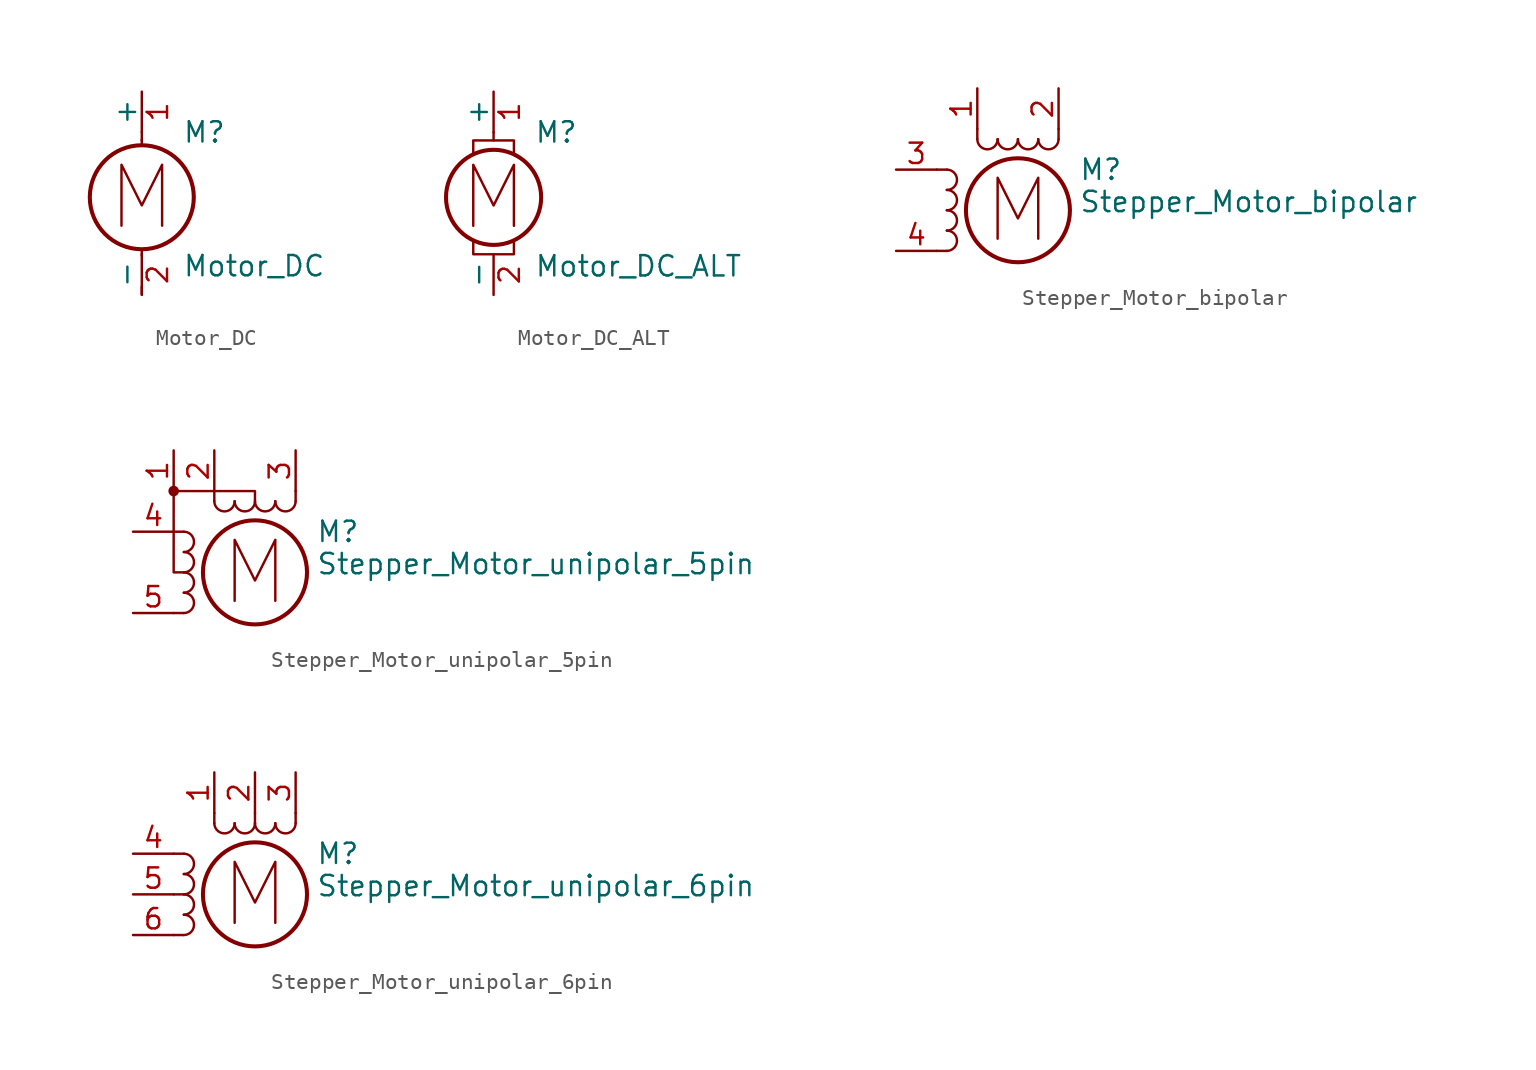
<source format=kicad_sym>
(kicad_symbol_lib
  (version 20200908)
  (generator kicad_symbol_editor)
  (symbol "Motor:Motor_DC"
    (pin_names
      (offset 0))
    (property "Reference" "M"
      (at 2.54 2.54 0)
      (effects (font (size 1.27 1.27)) (justify left)))
    (property "Value" "Motor_DC"
      (at 2.54 -5.08 0)
      (effects (font (size 1.27 1.27)) (justify left top)))
    (symbol "Motor_DC_0_1"
      (circle (center 0 -1.524) (radius 3.251) (stroke (width 0.254)) (fill (type none)))
      (polyline (pts (xy 0 -7.62) (xy 0 -7.112)) (stroke (width 0)) (fill (type none)))
      (polyline (pts (xy 0 -4.775) (xy 0 -5.182)) (stroke (width 0)) (fill (type none)))
      (polyline (pts (xy 0 1.727) (xy 0 2.083)) (stroke (width 0)) (fill (type none)))
      (polyline (pts (xy 0 2.032) (xy 0 2.54)) (stroke (width 0)) (fill (type none))))
    (symbol "Motor_DC_0_0"
      (polyline (pts (xy -1.27 -3.302) (xy -1.27 0.508) (xy 0 -2.032) (xy 1.27 0.508) (xy 1.27 -3.302)) (stroke (width 0)) (fill (type none))))
    (symbol "Motor_DC_1_1"
      (pin passive line (at 0 5.08 270) (length 2.54) (name "+" (effects (font (size 1.27 1.27)))) (number "1" (effects (font (size 1.27 1.27)))))
      (pin passive line (at 0 -7.62 90) (length 2.54) (name "-" (effects (font (size 1.27 1.27)))) (number "2" (effects (font (size 1.27 1.27)))))))
  (symbol "Motor:Motor_DC_ALT"
    (pin_names
      (offset 0))
    (property "Reference" "M"
      (at 2.54 2.54 0)
      (effects (font (size 1.27 1.27)) (justify left)))
    (property "Value" "Motor_DC_ALT"
      (at 2.54 -5.08 0)
      (effects (font (size 1.27 1.27)) (justify left top)))
    (symbol "Motor_DC_ALT_0_0"
      (circle (center 0 -1.524) (radius 2.972) (stroke (width 0.254)) (fill (type none)))
      (polyline (pts (xy -1.27 -4.318) (xy -1.27 -5.08) (xy 1.27 -5.08) (xy 1.27 -4.318)) (stroke (width 0)) (fill (type none)))
      (polyline (pts (xy -1.27 1.27) (xy -1.27 2.032) (xy 1.27 2.032) (xy 1.27 1.27)) (stroke (width 0)) (fill (type none)))
      (polyline (pts (xy -1.27 -3.302) (xy -1.27 0.508) (xy 0 -2.032) (xy 1.27 0.508) (xy 1.27 -3.302)) (stroke (width 0)) (fill (type none))))
    (symbol "Motor_DC_ALT_0_1"
      (polyline (pts (xy 0 2.032) (xy 0 2.54)) (stroke (width 0)) (fill (type none))))
    (symbol "Motor_DC_ALT_1_1"
      (pin passive line (at 0 5.08 270) (length 2.54) (name "+" (effects (font (size 1.27 1.27)))) (number "1" (effects (font (size 1.27 1.27)))))
      (pin passive line (at 0 -7.62 90) (length 2.54) (name "-" (effects (font (size 1.27 1.27)))) (number "2" (effects (font (size 1.27 1.27)))))))
  (symbol "Motor:Stepper_Motor_bipolar"
    (pin_names
      (offset 0) hide)
    (property "Reference" "M"
      (at 3.81 2.54 0)
      (effects (font (size 1.27 1.27)) (justify left)))
    (property "Value" "Stepper_Motor_bipolar"
      (at 3.81 1.27 0)
      (effects (font (size 1.27 1.27)) (justify left top)))
    (symbol "Stepper_Motor_bipolar_0_1"
      (arc (start -4.445 -2.54) (end -4.445 -1.27) (radius (at -4.445 -1.905) (length 0.635) (angles -89.9 89.9)) (stroke (width 0)) (fill (type none)))
      (arc (start -4.445 -1.27) (end -4.445 0) (radius (at -4.445 -0.635) (length 0.635) (angles -89.9 89.9)) (stroke (width 0)) (fill (type none)))
      (arc (start -4.445 0) (end -4.445 1.27) (radius (at -4.445 0.635) (length 0.635) (angles -89.9 89.9)) (stroke (width 0)) (fill (type none)))
      (arc (start -4.445 1.27) (end -4.445 2.54) (radius (at -4.445 1.905) (length 0.635) (angles -89.9 89.9)) (stroke (width 0)) (fill (type none)))
      (arc (start -2.54 4.445) (end -1.27 4.445) (radius (at -1.905 4.445) (length 0.635) (angles -179.9 -0.1)) (stroke (width 0)) (fill (type none)))
      (arc (start -1.27 4.445) (end 0 4.445) (radius (at -0.635 4.445) (length 0.635) (angles -179.9 -0.1)) (stroke (width 0)) (fill (type none)))
      (arc (start 0 4.445) (end 1.27 4.445) (radius (at 0.635 4.445) (length 0.635) (angles -179.9 -0.1)) (stroke (width 0)) (fill (type none)))
      (arc (start 1.27 4.445) (end 2.54 4.445) (radius (at 1.905 4.445) (length 0.635) (angles -179.9 -0.1)) (stroke (width 0)) (fill (type none)))
      (circle (center 0 0) (radius 3.251) (stroke (width 0.254)) (fill (type none)))
      (polyline (pts (xy -5.08 -2.54) (xy -4.445 -2.54)) (stroke (width 0)) (fill (type none)))
      (polyline (pts (xy -5.08 2.54) (xy -4.445 2.54)) (stroke (width 0)) (fill (type none)))
      (polyline (pts (xy -2.54 5.08) (xy -2.54 4.445)) (stroke (width 0)) (fill (type none)))
      (polyline (pts (xy 2.54 5.08) (xy 2.54 4.445)) (stroke (width 0)) (fill (type none))))
    (symbol "Stepper_Motor_bipolar_0_0"
      (polyline (pts (xy -1.27 -1.778) (xy -1.27 2.032) (xy 0 -0.508) (xy 1.27 2.032) (xy 1.27 -1.778)) (stroke (width 0)) (fill (type none))))
    (symbol "Stepper_Motor_bipolar_1_1"
      (pin passive line (at -2.54 7.62 270) (length 2.54) (name "~" (effects (font (size 1.27 1.27)))) (number "1" (effects (font (size 1.27 1.27)))))
      (pin passive line (at 2.54 7.62 270) (length 2.54) (name "-" (effects (font (size 1.27 1.27)))) (number "2" (effects (font (size 1.27 1.27)))))
      (pin passive line (at -7.62 2.54 0) (length 2.54) (name "~" (effects (font (size 1.27 1.27)))) (number "3" (effects (font (size 1.27 1.27)))))
      (pin passive line (at -7.62 -2.54 0) (length 2.54) (name "~" (effects (font (size 1.27 1.27)))) (number "4" (effects (font (size 1.27 1.27)))))))
  (symbol "Motor:Stepper_Motor_unipolar_5pin"
    (pin_names
      (offset 0) hide)
    (property "Reference" "M"
      (at 3.81 2.54 0)
      (effects (font (size 1.27 1.27)) (justify left)))
    (property "Value" "Stepper_Motor_unipolar_5pin"
      (at 3.81 1.27 0)
      (effects (font (size 1.27 1.27)) (justify left top)))
    (symbol "Stepper_Motor_unipolar_5pin_0_1"
      (arc (start -4.445 -2.54) (end -4.445 -1.27) (radius (at -4.445 -1.905) (length 0.635) (angles -89.9 89.9)) (stroke (width 0)) (fill (type none)))
      (arc (start -4.445 -1.27) (end -4.445 0) (radius (at -4.445 -0.635) (length 0.635) (angles -89.9 89.9)) (stroke (width 0)) (fill (type none)))
      (arc (start -4.445 0) (end -4.445 1.27) (radius (at -4.445 0.635) (length 0.635) (angles -89.9 89.9)) (stroke (width 0)) (fill (type none)))
      (arc (start -4.445 1.27) (end -4.445 2.54) (radius (at -4.445 1.905) (length 0.635) (angles -89.9 89.9)) (stroke (width 0)) (fill (type none)))
      (arc (start -2.54 4.445) (end -1.27 4.445) (radius (at -1.905 4.445) (length 0.635) (angles -179.9 -0.1)) (stroke (width 0)) (fill (type none)))
      (arc (start -1.27 4.445) (end 0 4.445) (radius (at -0.635 4.445) (length 0.635) (angles -179.9 -0.1)) (stroke (width 0)) (fill (type none)))
      (arc (start 0 4.445) (end 1.27 4.445) (radius (at 0.635 4.445) (length 0.635) (angles -179.9 -0.1)) (stroke (width 0)) (fill (type none)))
      (arc (start 1.27 4.445) (end 2.54 4.445) (radius (at 1.905 4.445) (length 0.635) (angles -179.9 -0.1)) (stroke (width 0)) (fill (type none)))
      (circle (center -5.08 5.08) (radius 0) (stroke (width 0)) (fill (type outline)))
      (circle (center -5.08 5.08) (radius 0.254) (stroke (width 0)) (fill (type outline)))
      (circle (center 0 0) (radius 3.251) (stroke (width 0.254)) (fill (type none)))
      (polyline (pts (xy -5.08 -2.54) (xy -4.445 -2.54)) (stroke (width 0)) (fill (type none)))
      (polyline (pts (xy -5.08 2.54) (xy -4.445 2.54)) (stroke (width 0)) (fill (type none)))
      (polyline (pts (xy -2.54 4.445) (xy -2.54 5.08)) (stroke (width 0)) (fill (type none)))
      (polyline (pts (xy 2.54 4.445) (xy 2.54 5.08)) (stroke (width 0)) (fill (type none)))
      (polyline (pts (xy -5.08 5.08) (xy -5.08 0) (xy -4.445 0)) (stroke (width 0)) (fill (type none)))
      (polyline (pts (xy 0 4.445) (xy 0 5.08) (xy -5.08 5.08)) (stroke (width 0)) (fill (type none))))
    (symbol "Stepper_Motor_unipolar_5pin_0_0"
      (polyline (pts (xy -1.27 -1.778) (xy -1.27 2.032) (xy 0 -0.508) (xy 1.27 2.032) (xy 1.27 -1.778)) (stroke (width 0)) (fill (type none))))
    (symbol "Stepper_Motor_unipolar_5pin_1_1"
      (pin passive line (at -5.08 7.62 270) (length 2.54) (name "~" (effects (font (size 1.27 1.27)))) (number "1" (effects (font (size 1.27 1.27)))))
      (pin passive line (at -2.54 7.62 270) (length 2.54) (name "~" (effects (font (size 1.27 1.27)))) (number "2" (effects (font (size 1.27 1.27)))))
      (pin passive line (at 2.54 7.62 270) (length 2.54) (name "-" (effects (font (size 1.27 1.27)))) (number "3" (effects (font (size 1.27 1.27)))))
      (pin passive line (at -7.62 2.54 0) (length 2.54) (name "~" (effects (font (size 1.27 1.27)))) (number "4" (effects (font (size 1.27 1.27)))))
      (pin passive line (at -7.62 -2.54 0) (length 2.54) (name "~" (effects (font (size 1.27 1.27)))) (number "5" (effects (font (size 1.27 1.27)))))))
  (symbol "Motor:Stepper_Motor_unipolar_6pin"
    (pin_names
      (offset 0) hide)
    (property "Reference" "M"
      (at 3.81 2.54 0)
      (effects (font (size 1.27 1.27)) (justify left)))
    (property "Value" "Stepper_Motor_unipolar_6pin"
      (at 3.81 1.27 0)
      (effects (font (size 1.27 1.27)) (justify left top)))
    (symbol "Stepper_Motor_unipolar_6pin_0_1"
      (arc (start -4.445 -2.54) (end -4.445 -1.27) (radius (at -4.445 -1.905) (length 0.635) (angles -89.9 89.9)) (stroke (width 0)) (fill (type none)))
      (arc (start -4.445 -1.27) (end -4.445 0) (radius (at -4.445 -0.635) (length 0.635) (angles -89.9 89.9)) (stroke (width 0)) (fill (type none)))
      (arc (start -4.445 0) (end -4.445 1.27) (radius (at -4.445 0.635) (length 0.635) (angles -89.9 89.9)) (stroke (width 0)) (fill (type none)))
      (arc (start -4.445 1.27) (end -4.445 2.54) (radius (at -4.445 1.905) (length 0.635) (angles -89.9 89.9)) (stroke (width 0)) (fill (type none)))
      (arc (start -2.54 4.445) (end -1.27 4.445) (radius (at -1.905 4.445) (length 0.635) (angles -179.9 -0.1)) (stroke (width 0)) (fill (type none)))
      (arc (start -1.27 4.445) (end 0 4.445) (radius (at -0.635 4.445) (length 0.635) (angles -179.9 -0.1)) (stroke (width 0)) (fill (type none)))
      (arc (start 0 4.445) (end 1.27 4.445) (radius (at 0.635 4.445) (length 0.635) (angles -179.9 -0.1)) (stroke (width 0)) (fill (type none)))
      (arc (start 1.27 4.445) (end 2.54 4.445) (radius (at 1.905 4.445) (length 0.635) (angles -179.9 -0.1)) (stroke (width 0)) (fill (type none)))
      (circle (center 0 0) (radius 3.251) (stroke (width 0.254)) (fill (type none)))
      (polyline (pts (xy -5.08 -2.54) (xy -4.445 -2.54)) (stroke (width 0)) (fill (type none)))
      (polyline (pts (xy -5.08 2.54) (xy -4.445 2.54)) (stroke (width 0)) (fill (type none)))
      (polyline (pts (xy -4.445 0) (xy -5.08 0)) (stroke (width 0)) (fill (type none)))
      (polyline (pts (xy -2.54 4.445) (xy -2.54 5.08)) (stroke (width 0)) (fill (type none)))
      (polyline (pts (xy 0 4.445) (xy 0 5.08)) (stroke (width 0)) (fill (type none)))
      (polyline (pts (xy 2.54 4.445) (xy 2.54 5.08)) (stroke (width 0)) (fill (type none))))
    (symbol "Stepper_Motor_unipolar_6pin_0_0"
      (polyline (pts (xy -1.27 -1.778) (xy -1.27 2.032) (xy 0 -0.508) (xy 1.27 2.032) (xy 1.27 -1.778)) (stroke (width 0)) (fill (type none))))
    (symbol "Stepper_Motor_unipolar_6pin_1_1"
      (pin passive line (at -2.54 7.62 270) (length 2.54) (name "~" (effects (font (size 1.27 1.27)))) (number "1" (effects (font (size 1.27 1.27)))))
      (pin passive line (at 0 7.62 270) (length 2.54) (name "~" (effects (font (size 1.27 1.27)))) (number "2" (effects (font (size 1.27 1.27)))))
      (pin passive line (at 2.54 7.62 270) (length 2.54) (name "-" (effects (font (size 1.27 1.27)))) (number "3" (effects (font (size 1.27 1.27)))))
      (pin passive line (at -7.62 2.54 0) (length 2.54) (name "~" (effects (font (size 1.27 1.27)))) (number "4" (effects (font (size 1.27 1.27)))))
      (pin passive line (at -7.62 0 0) (length 2.54) (name "~" (effects (font (size 1.27 1.27)))) (number "5" (effects (font (size 1.27 1.27)))))
      (pin passive line (at -7.62 -2.54 0) (length 2.54) (name "~" (effects (font (size 1.27 1.27)))) (number "6" (effects (font (size 1.27 1.27))))))))
</source>
